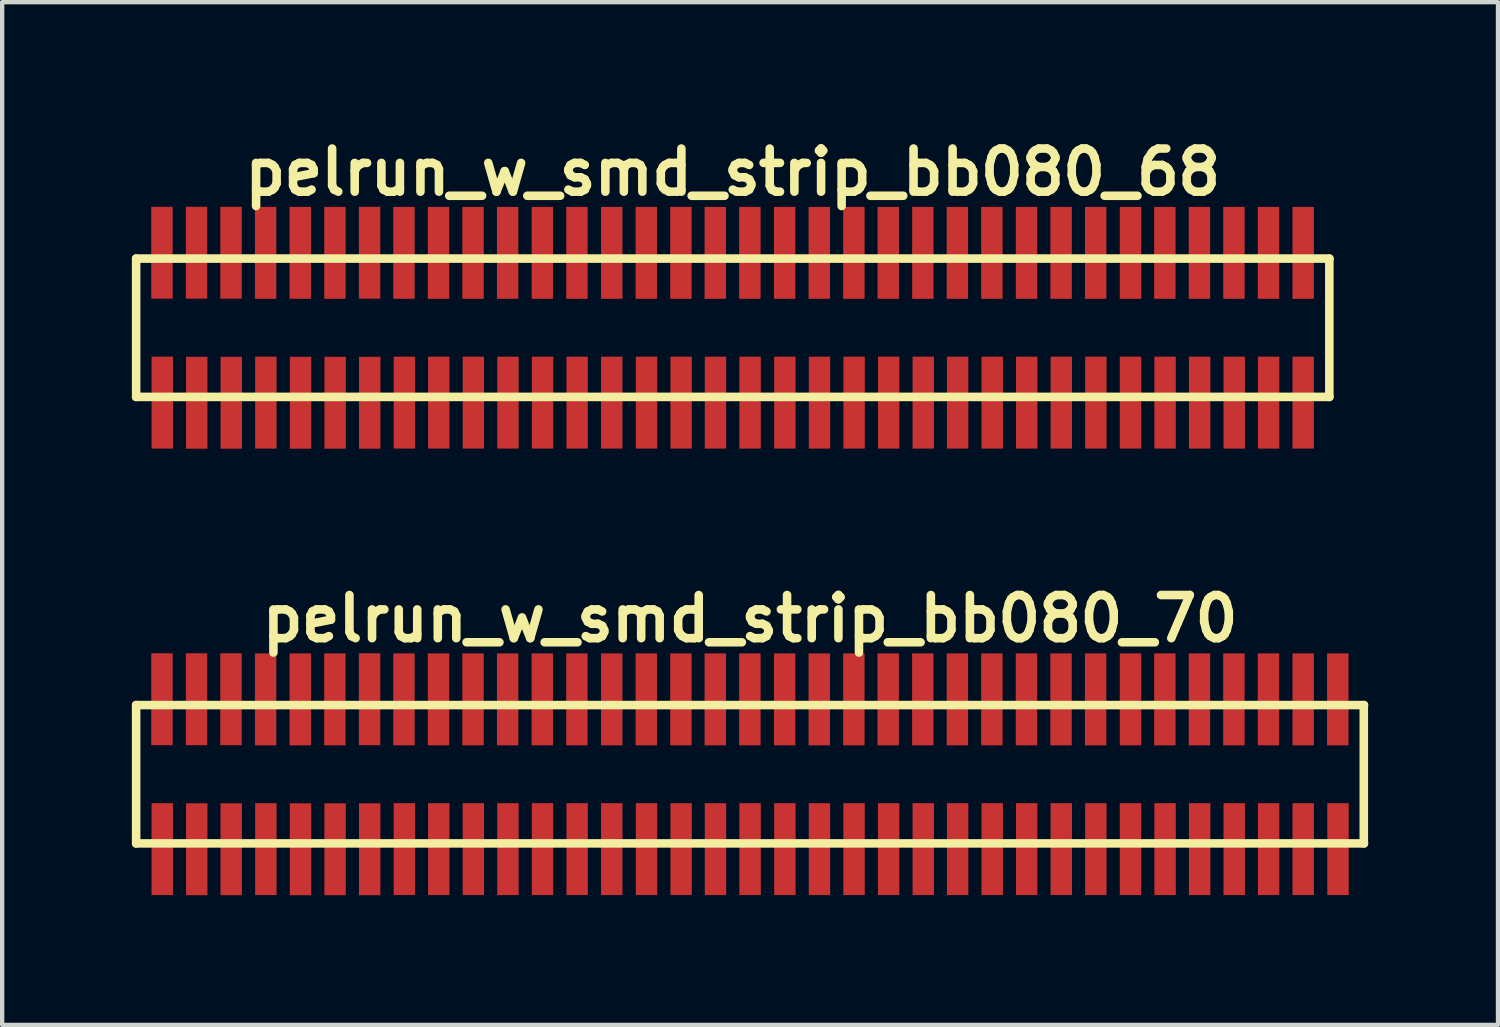
<source format=kicad_pcb>
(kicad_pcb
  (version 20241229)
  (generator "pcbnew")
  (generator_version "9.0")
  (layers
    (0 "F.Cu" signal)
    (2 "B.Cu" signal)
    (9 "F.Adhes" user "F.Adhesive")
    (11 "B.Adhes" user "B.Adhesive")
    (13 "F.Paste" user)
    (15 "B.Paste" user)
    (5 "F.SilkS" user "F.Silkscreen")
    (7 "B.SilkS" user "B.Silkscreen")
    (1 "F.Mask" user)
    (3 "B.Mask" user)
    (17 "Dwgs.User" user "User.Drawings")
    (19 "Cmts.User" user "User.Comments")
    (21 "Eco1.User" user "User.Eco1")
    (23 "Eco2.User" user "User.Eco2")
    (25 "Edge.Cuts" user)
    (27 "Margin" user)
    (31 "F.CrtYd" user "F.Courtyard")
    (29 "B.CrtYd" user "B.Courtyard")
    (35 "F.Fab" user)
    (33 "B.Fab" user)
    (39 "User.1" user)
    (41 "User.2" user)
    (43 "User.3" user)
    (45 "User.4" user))
  (footprint "pelrun_w_smd_strip_bb080_70"
    (layer "F.Cu")
    (at 14.3 14.859)
    (property "Reference" "pelrun_w_smd_strip_bb080_70" (at 0 -3.599 0) (layer "F.SilkS") (effects (font (size 0.998 0.998) (thickness 0.198))))
    (attr through_hole)
    (fp_line (start -14.201 -1.6) (end -14.201 1.6) (stroke (width 0.198) (type solid)) (layer "F.SilkS"))
    (fp_line (start -14.201 -1.6) (end 14.201 -1.6) (stroke (width 0.198) (type solid)) (layer "F.SilkS"))
    (fp_line (start 14.196 1.6) (end 14.196 -1.6) (stroke (width 0.198) (type solid)) (layer "F.SilkS"))
    (fp_line (start 14.201 1.6) (end -14.201 1.6) (stroke (width 0.198) (type solid)) (layer "F.SilkS"))
    (pad "1" smd rect (at -13.597 1.732) (size 0.495 2.126) (layers "F.Cu" "F.Mask" "F.Paste"))
    (pad "2" smd rect (at -13.604 -1.735) (size 0.495 2.126) (layers "F.Cu" "F.Mask" "F.Paste"))
    (pad "3" smd rect (at -12.799 1.735) (size 0.495 2.126) (layers "F.Cu" "F.Mask" "F.Paste"))
    (pad "4" smd rect (at -12.804 -1.735) (size 0.495 2.126) (layers "F.Cu" "F.Mask" "F.Paste"))
    (pad "5" smd rect (at -12.002 1.735) (size 0.495 2.126) (layers "F.Cu" "F.Mask" "F.Paste"))
    (pad "6" smd rect (at -12.007 -1.735) (size 0.495 2.126) (layers "F.Cu" "F.Mask" "F.Paste"))
    (pad "7" smd rect (at -11.201 1.732) (size 0.495 2.126) (layers "F.Cu" "F.Mask" "F.Paste"))
    (pad "8" smd rect (at -11.206 -1.732) (size 0.495 2.126) (layers "F.Cu" "F.Mask" "F.Paste"))
    (pad "9" smd rect (at -10.399 1.735) (size 0.495 2.126) (layers "F.Cu" "F.Mask" "F.Paste"))
    (pad "10" smd rect (at -10.404 -1.732) (size 0.495 2.126) (layers "F.Cu" "F.Mask" "F.Paste"))
    (pad "11" smd rect (at -9.599 1.735) (size 0.495 2.126) (layers "F.Cu" "F.Mask" "F.Paste"))
    (pad "12" smd rect (at -9.604 -1.732) (size 0.495 2.126) (layers "F.Cu" "F.Mask" "F.Paste"))
    (pad "13" smd rect (at -8.799 1.735) (size 0.495 2.126) (layers "F.Cu" "F.Mask" "F.Paste"))
    (pad "14" smd rect (at -8.801 -1.735) (size 0.495 2.126) (layers "F.Cu" "F.Mask" "F.Paste"))
    (pad "15" smd rect (at -7.996 1.732) (size 0.495 2.126) (layers "F.Cu" "F.Mask" "F.Paste"))
    (pad "16" smd rect (at -8.006 -1.732) (size 0.495 2.126) (layers "F.Cu" "F.Mask" "F.Paste"))
    (pad "17" smd rect (at -7.201 1.732) (size 0.495 2.126) (layers "F.Cu" "F.Mask" "F.Paste"))
    (pad "18" smd rect (at -7.206 -1.732) (size 0.495 2.126) (layers "F.Cu" "F.Mask" "F.Paste"))
    (pad "19" smd rect (at -6.401 1.732) (size 0.495 2.126) (layers "F.Cu" "F.Mask" "F.Paste"))
    (pad "20" smd rect (at -6.408 -1.732) (size 0.495 2.126) (layers "F.Cu" "F.Mask" "F.Paste"))
    (pad "21" smd rect (at -5.601 1.732) (size 0.495 2.126) (layers "F.Cu" "F.Mask" "F.Paste"))
    (pad "22" smd rect (at -5.608 -1.732) (size 0.495 2.126) (layers "F.Cu" "F.Mask" "F.Paste"))
    (pad "23" smd rect (at -4.801 1.732) (size 0.495 2.126) (layers "F.Cu" "F.Mask" "F.Paste"))
    (pad "24" smd rect (at -4.806 -1.732) (size 0.495 2.126) (layers "F.Cu" "F.Mask" "F.Paste"))
    (pad "25" smd rect (at -4 1.732) (size 0.495 2.126) (layers "F.Cu" "F.Mask" "F.Paste"))
    (pad "26" smd rect (at -4.006 -1.732) (size 0.495 2.126) (layers "F.Cu" "F.Mask" "F.Paste"))
    (pad "27" smd rect (at -3.2 1.732) (size 0.495 2.126) (layers "F.Cu" "F.Mask" "F.Paste"))
    (pad "28" smd rect (at -3.2 -1.732) (size 0.495 2.126) (layers "F.Cu" "F.Mask" "F.Paste"))
    (pad "29" smd rect (at -2.395 1.732) (size 0.495 2.126) (layers "F.Cu" "F.Mask" "F.Paste"))
    (pad "30" smd rect (at -2.4 -1.732) (size 0.495 2.126) (layers "F.Cu" "F.Mask" "F.Paste"))
    (pad "31" smd rect (at -1.595 1.732) (size 0.495 2.126) (layers "F.Cu" "F.Mask" "F.Paste"))
    (pad "32" smd rect (at -1.6 -1.732) (size 0.495 2.126) (layers "F.Cu" "F.Mask" "F.Paste"))
    (pad "33" smd rect (at -0.8 1.732) (size 0.495 2.126) (layers "F.Cu" "F.Mask" "F.Paste"))
    (pad "34" smd rect (at -0.805 -1.732) (size 0.495 2.126) (layers "F.Cu" "F.Mask" "F.Paste"))
    (pad "35" smd rect (at 0 1.732) (size 0.495 2.126) (layers "F.Cu" "F.Mask" "F.Paste"))
    (pad "36" smd rect (at -0.005 -1.732) (size 0.495 2.126) (layers "F.Cu" "F.Mask" "F.Paste"))
    (pad "37" smd rect (at 0.805 1.732) (size 0.495 2.126) (layers "F.Cu" "F.Mask" "F.Paste"))
    (pad "38" smd rect (at 0.8 -1.732) (size 0.495 2.126) (layers "F.Cu" "F.Mask" "F.Paste"))
    (pad "39" smd rect (at 1.605 1.732) (size 0.495 2.126) (layers "F.Cu" "F.Mask" "F.Paste"))
    (pad "40" smd rect (at 1.6 -1.732) (size 0.495 2.126) (layers "F.Cu" "F.Mask" "F.Paste"))
    (pad "41" smd rect (at 2.405 1.732) (size 0.495 2.126) (layers "F.Cu" "F.Mask" "F.Paste"))
    (pad "42" smd rect (at 2.4 -1.732) (size 0.495 2.126) (layers "F.Cu" "F.Mask" "F.Paste"))
    (pad "43" smd rect (at 3.205 1.732) (size 0.495 2.126) (layers "F.Cu" "F.Mask" "F.Paste"))
    (pad "44" smd rect (at 3.195 -1.732) (size 0.495 2.126) (layers "F.Cu" "F.Mask" "F.Paste"))
    (pad "45" smd rect (at 4.006 1.732) (size 0.495 2.126) (layers "F.Cu" "F.Mask" "F.Paste"))
    (pad "46" smd rect (at 3.995 -1.732) (size 0.495 2.126) (layers "F.Cu" "F.Mask" "F.Paste"))
    (pad "47" smd rect (at 4.801 1.732) (size 0.495 2.126) (layers "F.Cu" "F.Mask" "F.Paste"))
    (pad "48" smd rect (at 4.796 -1.732) (size 0.495 2.126) (layers "F.Cu" "F.Mask" "F.Paste"))
    (pad "49" smd rect (at 5.601 1.732) (size 0.495 2.126) (layers "F.Cu" "F.Mask" "F.Paste"))
    (pad "50" smd rect (at 5.593 -1.732) (size 0.495 2.126) (layers "F.Cu" "F.Mask" "F.Paste"))
    (pad "51" smd rect (at 6.398 1.732) (size 0.495 2.126) (layers "F.Cu" "F.Mask" "F.Paste"))
    (pad "52" smd rect (at 6.393 -1.732) (size 0.495 2.126) (layers "F.Cu" "F.Mask" "F.Paste"))
    (pad "53" smd rect (at 7.198 1.732) (size 0.495 2.126) (layers "F.Cu" "F.Mask" "F.Paste"))
    (pad "54" smd rect (at 7.193 -1.732) (size 0.495 2.126) (layers "F.Cu" "F.Mask" "F.Paste"))
    (pad "55" smd rect (at 7.998 1.732) (size 0.495 2.126) (layers "F.Cu" "F.Mask" "F.Paste"))
    (pad "56" smd rect (at 7.993 -1.732) (size 0.495 2.126) (layers "F.Cu" "F.Mask" "F.Paste"))
    (pad "57" smd rect (at 8.799 1.732) (size 0.495 2.126) (layers "F.Cu" "F.Mask" "F.Paste"))
    (pad "58" smd rect (at 8.799 -1.732) (size 0.495 2.126) (layers "F.Cu" "F.Mask" "F.Paste"))
    (pad "59" smd rect (at 9.599 1.732) (size 0.495 2.126) (layers "F.Cu" "F.Mask" "F.Paste"))
    (pad "60" smd rect (at 9.594 -1.732) (size 0.495 2.126) (layers "F.Cu" "F.Mask" "F.Paste"))
    (pad "61" smd rect (at 10.399 1.732) (size 0.495 2.126) (layers "F.Cu" "F.Mask" "F.Paste"))
    (pad "62" smd rect (at 10.394 -1.732) (size 0.495 2.126) (layers "F.Cu" "F.Mask" "F.Paste"))
    (pad "63" smd rect (at 11.199 1.732) (size 0.495 2.126) (layers "F.Cu" "F.Mask" "F.Paste"))
    (pad "64" smd rect (at 11.191 -1.732) (size 0.495 2.126) (layers "F.Cu" "F.Mask" "F.Paste"))
    (pad "65" smd rect (at 11.994 1.732) (size 0.495 2.126) (layers "F.Cu" "F.Mask" "F.Paste"))
    (pad "66" smd rect (at 11.991 -1.732) (size 0.495 2.126) (layers "F.Cu" "F.Mask" "F.Paste"))
    (pad "67" smd rect (at 12.794 1.732) (size 0.495 2.126) (layers "F.Cu" "F.Mask" "F.Paste"))
    (pad "68" smd rect (at 12.794 -1.732) (size 0.495 2.126) (layers "F.Cu" "F.Mask" "F.Paste"))
    (pad "69" smd rect (at 13.599 1.732) (size 0.495 2.126) (layers "F.Cu" "F.Mask" "F.Paste"))
    (pad "70" smd rect (at 13.594 -1.732) (size 0.495 2.126) (layers "F.Cu" "F.Mask" "F.Paste")))
  (footprint "pelrun_w_smd_strip_bb080_68"
    (layer "F.Cu")
    (at 13.899 4.531)
    (property "Reference" "pelrun_w_smd_strip_bb080_68" (at 0 -3.599 0) (layer "F.SilkS") (effects (font (size 0.998 0.998) (thickness 0.198))))
    (attr through_hole)
    (fp_line (start -13.8 -1.6) (end -13.8 1.6) (stroke (width 0.198) (type solid)) (layer "F.SilkS"))
    (fp_line (start -13.8 1.6) (end 13.802 1.6) (stroke (width 0.198) (type solid)) (layer "F.SilkS"))
    (fp_line (start 13.8 1.6) (end 13.8 -1.6) (stroke (width 0.198) (type solid)) (layer "F.SilkS"))
    (fp_line (start 13.802 -1.6) (end -13.8 -1.6) (stroke (width 0.198) (type solid)) (layer "F.SilkS"))
    (pad "1" smd rect (at -13.195 1.732) (size 0.495 2.126) (layers "F.Cu" "F.Mask" "F.Paste"))
    (pad "2" smd rect (at -13.203 -1.735) (size 0.495 2.126) (layers "F.Cu" "F.Mask" "F.Paste"))
    (pad "3" smd rect (at -12.398 1.735) (size 0.495 2.126) (layers "F.Cu" "F.Mask" "F.Paste"))
    (pad "4" smd rect (at -12.403 -1.735) (size 0.495 2.126) (layers "F.Cu" "F.Mask" "F.Paste"))
    (pad "5" smd rect (at -11.6 1.735) (size 0.495 2.126) (layers "F.Cu" "F.Mask" "F.Paste"))
    (pad "6" smd rect (at -11.605 -1.735) (size 0.495 2.126) (layers "F.Cu" "F.Mask" "F.Paste"))
    (pad "7" smd rect (at -10.8 1.732) (size 0.495 2.126) (layers "F.Cu" "F.Mask" "F.Paste"))
    (pad "8" smd rect (at -10.805 -1.732) (size 0.495 2.126) (layers "F.Cu" "F.Mask" "F.Paste"))
    (pad "9" smd rect (at -9.997 1.735) (size 0.495 2.126) (layers "F.Cu" "F.Mask" "F.Paste"))
    (pad "10" smd rect (at -10.003 -1.732) (size 0.495 2.126) (layers "F.Cu" "F.Mask" "F.Paste"))
    (pad "11" smd rect (at -9.197 1.735) (size 0.495 2.126) (layers "F.Cu" "F.Mask" "F.Paste"))
    (pad "12" smd rect (at -9.202 -1.732) (size 0.495 2.126) (layers "F.Cu" "F.Mask" "F.Paste"))
    (pad "13" smd rect (at -8.397 1.735) (size 0.495 2.126) (layers "F.Cu" "F.Mask" "F.Paste"))
    (pad "14" smd rect (at -8.4 -1.735) (size 0.495 2.126) (layers "F.Cu" "F.Mask" "F.Paste"))
    (pad "15" smd rect (at -7.595 1.732) (size 0.495 2.126) (layers "F.Cu" "F.Mask" "F.Paste"))
    (pad "16" smd rect (at -7.605 -1.732) (size 0.495 2.126) (layers "F.Cu" "F.Mask" "F.Paste"))
    (pad "17" smd rect (at -6.8 1.732) (size 0.495 2.126) (layers "F.Cu" "F.Mask" "F.Paste"))
    (pad "18" smd rect (at -6.805 -1.732) (size 0.495 2.126) (layers "F.Cu" "F.Mask" "F.Paste"))
    (pad "19" smd rect (at -5.999 1.732) (size 0.495 2.126) (layers "F.Cu" "F.Mask" "F.Paste"))
    (pad "20" smd rect (at -6.007 -1.732) (size 0.495 2.126) (layers "F.Cu" "F.Mask" "F.Paste"))
    (pad "21" smd rect (at -5.199 1.732) (size 0.495 2.126) (layers "F.Cu" "F.Mask" "F.Paste"))
    (pad "22" smd rect (at -5.207 -1.732) (size 0.495 2.126) (layers "F.Cu" "F.Mask" "F.Paste"))
    (pad "23" smd rect (at -4.399 1.732) (size 0.495 2.126) (layers "F.Cu" "F.Mask" "F.Paste"))
    (pad "24" smd rect (at -4.404 -1.732) (size 0.495 2.126) (layers "F.Cu" "F.Mask" "F.Paste"))
    (pad "25" smd rect (at -3.599 1.732) (size 0.495 2.126) (layers "F.Cu" "F.Mask" "F.Paste"))
    (pad "26" smd rect (at -3.604 -1.732) (size 0.495 2.126) (layers "F.Cu" "F.Mask" "F.Paste"))
    (pad "27" smd rect (at -2.799 1.732) (size 0.495 2.126) (layers "F.Cu" "F.Mask" "F.Paste"))
    (pad "28" smd rect (at -2.799 -1.732) (size 0.495 2.126) (layers "F.Cu" "F.Mask" "F.Paste"))
    (pad "29" smd rect (at -1.994 1.732) (size 0.495 2.126) (layers "F.Cu" "F.Mask" "F.Paste"))
    (pad "30" smd rect (at -1.999 -1.732) (size 0.495 2.126) (layers "F.Cu" "F.Mask" "F.Paste"))
    (pad "31" smd rect (at -1.194 1.732) (size 0.495 2.126) (layers "F.Cu" "F.Mask" "F.Paste"))
    (pad "32" smd rect (at -1.199 -1.732) (size 0.495 2.126) (layers "F.Cu" "F.Mask" "F.Paste"))
    (pad "33" smd rect (at -0.399 1.732) (size 0.495 2.126) (layers "F.Cu" "F.Mask" "F.Paste"))
    (pad "34" smd rect (at -0.404 -1.732) (size 0.495 2.126) (layers "F.Cu" "F.Mask" "F.Paste"))
    (pad "35" smd rect (at 0.401 1.732) (size 0.495 2.126) (layers "F.Cu" "F.Mask" "F.Paste"))
    (pad "36" smd rect (at 0.396 -1.732) (size 0.495 2.126) (layers "F.Cu" "F.Mask" "F.Paste"))
    (pad "37" smd rect (at 1.206 1.732) (size 0.495 2.126) (layers "F.Cu" "F.Mask" "F.Paste"))
    (pad "38" smd rect (at 1.201 -1.732) (size 0.495 2.126) (layers "F.Cu" "F.Mask" "F.Paste"))
    (pad "39" smd rect (at 2.007 1.732) (size 0.495 2.126) (layers "F.Cu" "F.Mask" "F.Paste"))
    (pad "40" smd rect (at 2.002 -1.732) (size 0.495 2.126) (layers "F.Cu" "F.Mask" "F.Paste"))
    (pad "41" smd rect (at 2.807 1.732) (size 0.495 2.126) (layers "F.Cu" "F.Mask" "F.Paste"))
    (pad "42" smd rect (at 2.802 -1.732) (size 0.495 2.126) (layers "F.Cu" "F.Mask" "F.Paste"))
    (pad "43" smd rect (at 3.607 1.732) (size 0.495 2.126) (layers "F.Cu" "F.Mask" "F.Paste"))
    (pad "44" smd rect (at 3.597 -1.732) (size 0.495 2.126) (layers "F.Cu" "F.Mask" "F.Paste"))
    (pad "45" smd rect (at 4.407 1.732) (size 0.495 2.126) (layers "F.Cu" "F.Mask" "F.Paste"))
    (pad "46" smd rect (at 4.397 -1.732) (size 0.495 2.126) (layers "F.Cu" "F.Mask" "F.Paste"))
    (pad "47" smd rect (at 5.202 1.732) (size 0.495 2.126) (layers "F.Cu" "F.Mask" "F.Paste"))
    (pad "48" smd rect (at 5.197 -1.732) (size 0.495 2.126) (layers "F.Cu" "F.Mask" "F.Paste"))
    (pad "49" smd rect (at 6.002 1.732) (size 0.495 2.126) (layers "F.Cu" "F.Mask" "F.Paste"))
    (pad "50" smd rect (at 5.994 -1.732) (size 0.495 2.126) (layers "F.Cu" "F.Mask" "F.Paste"))
    (pad "51" smd rect (at 6.8 1.732) (size 0.495 2.126) (layers "F.Cu" "F.Mask" "F.Paste"))
    (pad "52" smd rect (at 6.795 -1.732) (size 0.495 2.126) (layers "F.Cu" "F.Mask" "F.Paste"))
    (pad "53" smd rect (at 7.6 1.732) (size 0.495 2.126) (layers "F.Cu" "F.Mask" "F.Paste"))
    (pad "54" smd rect (at 7.595 -1.732) (size 0.495 2.126) (layers "F.Cu" "F.Mask" "F.Paste"))
    (pad "55" smd rect (at 8.4 1.732) (size 0.495 2.126) (layers "F.Cu" "F.Mask" "F.Paste"))
    (pad "56" smd rect (at 8.395 -1.732) (size 0.495 2.126) (layers "F.Cu" "F.Mask" "F.Paste"))
    (pad "57" smd rect (at 9.2 1.732) (size 0.495 2.126) (layers "F.Cu" "F.Mask" "F.Paste"))
    (pad "58" smd rect (at 9.2 -1.732) (size 0.495 2.126) (layers "F.Cu" "F.Mask" "F.Paste"))
    (pad "59" smd rect (at 10 1.732) (size 0.495 2.126) (layers "F.Cu" "F.Mask" "F.Paste"))
    (pad "60" smd rect (at 9.995 -1.732) (size 0.495 2.126) (layers "F.Cu" "F.Mask" "F.Paste"))
    (pad "61" smd rect (at 10.8 1.732) (size 0.495 2.126) (layers "F.Cu" "F.Mask" "F.Paste"))
    (pad "62" smd rect (at 10.795 -1.732) (size 0.495 2.126) (layers "F.Cu" "F.Mask" "F.Paste"))
    (pad "63" smd rect (at 11.6 1.732) (size 0.495 2.126) (layers "F.Cu" "F.Mask" "F.Paste"))
    (pad "64" smd rect (at 11.593 -1.732) (size 0.495 2.126) (layers "F.Cu" "F.Mask" "F.Paste"))
    (pad "65" smd rect (at 12.395 1.732) (size 0.495 2.126) (layers "F.Cu" "F.Mask" "F.Paste"))
    (pad "66" smd rect (at 12.393 -1.732) (size 0.495 2.126) (layers "F.Cu" "F.Mask" "F.Paste"))
    (pad "67" smd rect (at 13.195 1.732) (size 0.495 2.126) (layers "F.Cu" "F.Mask" "F.Paste"))
    (pad "68" smd rect (at 13.195 -1.732) (size 0.495 2.126) (layers "F.Cu" "F.Mask" "F.Paste")))
  (gr_rect
    (start -3 -3)
    (end 31.6 20.657)
    (stroke (width 0.1) (type default))
    (fill no)
    (layer "Edge.Cuts")))
</source>
